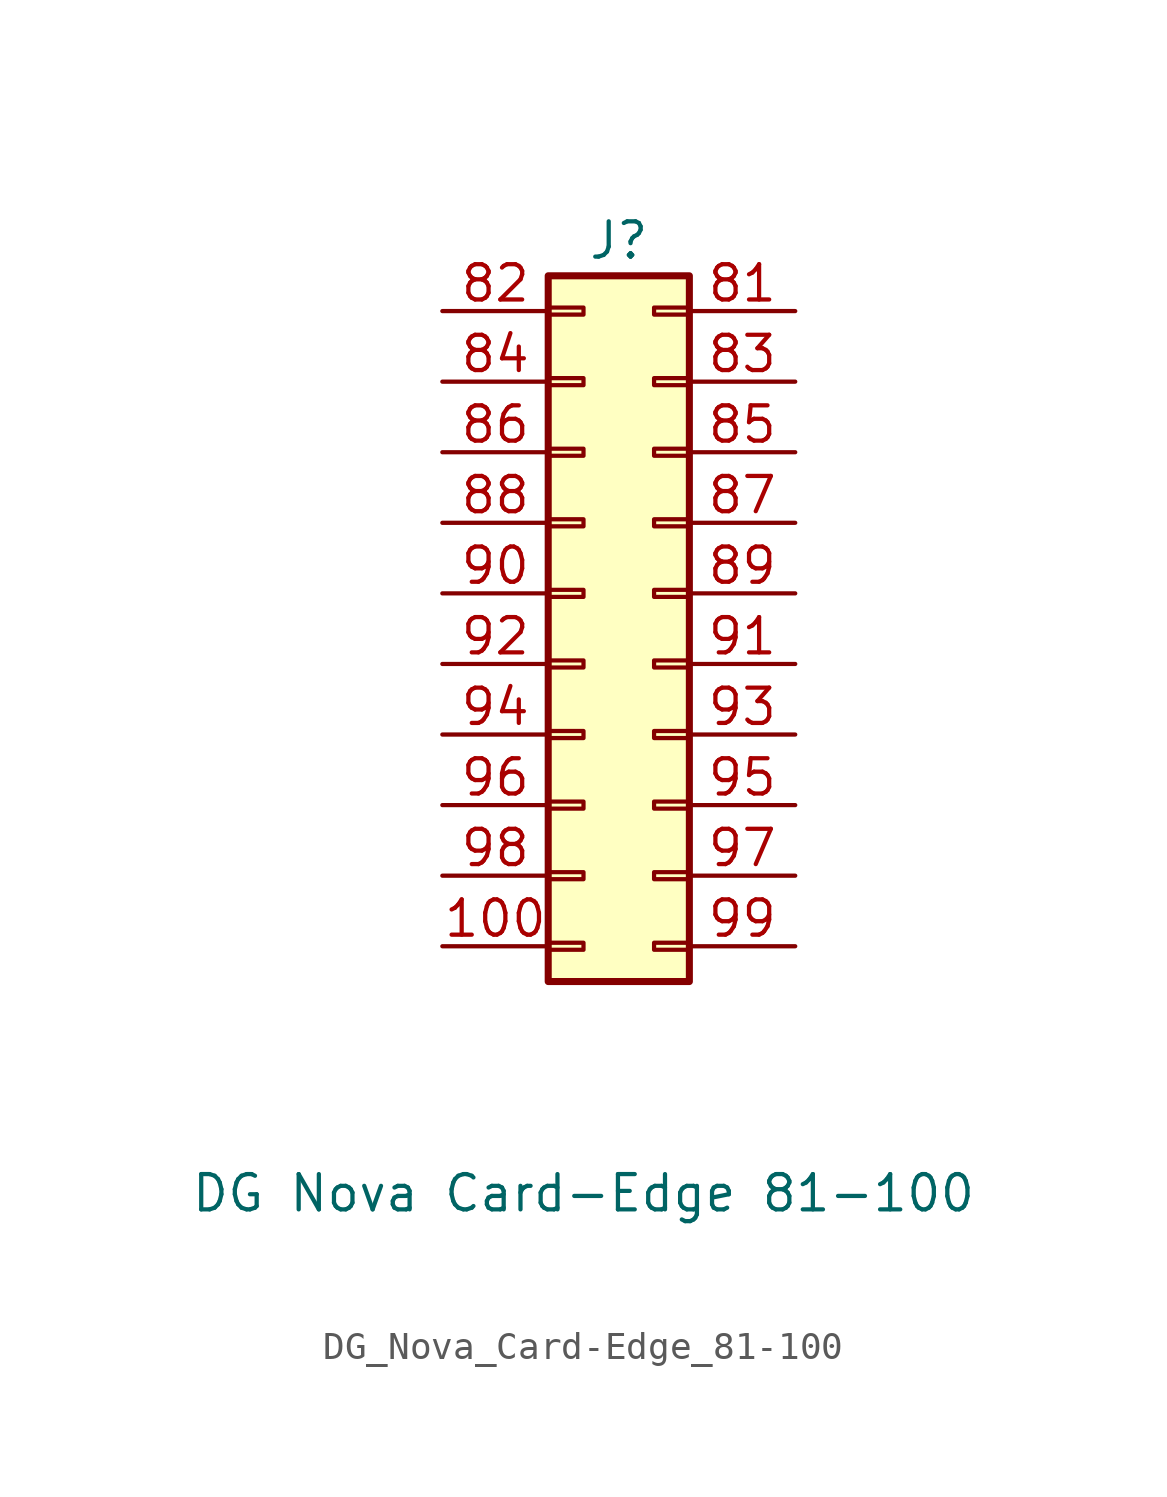
<source format=kicad_sym>
(kicad_symbol_lib
  (version 20220914)
  (generator kicad_symbol_editor)
  (symbol "DG_Nova_Card-Edge_81-100"
    (pin_names
      (offset 1.016) hide)
    (property "Reference" "J"
      (at 1.27 12.7 0)
      (effects (font (size 1.27 1.27))))
    (property "Value" "DG Nova Card-Edge 81-100"
      (at 0 -21.59 0)
      (effects (font (size 1.27 1.27))))
    (symbol "DG_Nova_Card-Edge_81-100_1_1"
      (rectangle (start -1.27 -12.573) (end 0 -12.827) (stroke (width 0.152) (type default)) (fill (type none)))
      (rectangle (start -1.27 -10.033) (end 0 -10.287) (stroke (width 0.152) (type default)) (fill (type none)))
      (rectangle (start -1.27 -7.493) (end 0 -7.747) (stroke (width 0.152) (type default)) (fill (type none)))
      (rectangle (start -1.27 -4.953) (end 0 -5.207) (stroke (width 0.152) (type default)) (fill (type none)))
      (rectangle (start -1.27 -2.413) (end 0 -2.667) (stroke (width 0.152) (type default)) (fill (type none)))
      (rectangle (start -1.27 0.127) (end 0 -0.127) (stroke (width 0.152) (type default)) (fill (type none)))
      (rectangle (start -1.27 2.667) (end 0 2.413) (stroke (width 0.152) (type default)) (fill (type none)))
      (rectangle (start -1.27 5.207) (end 0 4.953) (stroke (width 0.152) (type default)) (fill (type none)))
      (rectangle (start -1.27 7.747) (end 0 7.493) (stroke (width 0.152) (type default)) (fill (type none)))
      (rectangle (start -1.27 10.287) (end 0 10.033) (stroke (width 0.152) (type default)) (fill (type none)))
      (rectangle (start -1.27 11.43) (end 3.81 -13.97) (stroke (width 0.254) (type default)) (fill (type background)))
      (rectangle (start 3.81 -12.573) (end 2.54 -12.827) (stroke (width 0.152) (type default)) (fill (type none)))
      (rectangle (start 3.81 -10.033) (end 2.54 -10.287) (stroke (width 0.152) (type default)) (fill (type none)))
      (rectangle (start 3.81 -7.493) (end 2.54 -7.747) (stroke (width 0.152) (type default)) (fill (type none)))
      (rectangle (start 3.81 -4.953) (end 2.54 -5.207) (stroke (width 0.152) (type default)) (fill (type none)))
      (rectangle (start 3.81 -2.413) (end 2.54 -2.667) (stroke (width 0.152) (type default)) (fill (type none)))
      (rectangle (start 3.81 0.127) (end 2.54 -0.127) (stroke (width 0.152) (type default)) (fill (type none)))
      (rectangle (start 3.81 2.667) (end 2.54 2.413) (stroke (width 0.152) (type default)) (fill (type none)))
      (rectangle (start 3.81 5.207) (end 2.54 4.953) (stroke (width 0.152) (type default)) (fill (type none)))
      (rectangle (start 3.81 7.747) (end 2.54 7.493) (stroke (width 0.152) (type default)) (fill (type none)))
      (rectangle (start 3.81 10.287) (end 2.54 10.033) (stroke (width 0.152) (type default)) (fill (type none)))
      (pin passive line (at -5.08 -12.7 0) (length 3.81) (name "Pin_19" (effects (font (size 1.27 1.27)))) (number "100" (effects (font (size 1.27 1.27)))))
      (pin passive line (at 7.62 10.16 180) (length 3.81) (name "Pin_2" (effects (font (size 1.27 1.27)))) (number "81" (effects (font (size 1.27 1.27)))))
      (pin passive line (at -5.08 10.16 0) (length 3.81) (name "Pin_1" (effects (font (size 1.27 1.27)))) (number "82" (effects (font (size 1.27 1.27)))))
      (pin passive line (at 7.62 7.62 180) (length 3.81) (name "Pin_4" (effects (font (size 1.27 1.27)))) (number "83" (effects (font (size 1.27 1.27)))))
      (pin passive line (at -5.08 7.62 0) (length 3.81) (name "Pin_3" (effects (font (size 1.27 1.27)))) (number "84" (effects (font (size 1.27 1.27)))))
      (pin passive line (at 7.62 5.08 180) (length 3.81) (name "Pin_6" (effects (font (size 1.27 1.27)))) (number "85" (effects (font (size 1.27 1.27)))))
      (pin passive line (at -5.08 5.08 0) (length 3.81) (name "Pin_5" (effects (font (size 1.27 1.27)))) (number "86" (effects (font (size 1.27 1.27)))))
      (pin passive line (at 7.62 2.54 180) (length 3.81) (name "Pin_8" (effects (font (size 1.27 1.27)))) (number "87" (effects (font (size 1.27 1.27)))))
      (pin passive line (at -5.08 2.54 0) (length 3.81) (name "Pin_7" (effects (font (size 1.27 1.27)))) (number "88" (effects (font (size 1.27 1.27)))))
      (pin passive line (at 7.62 0 180) (length 3.81) (name "Pin_10" (effects (font (size 1.27 1.27)))) (number "89" (effects (font (size 1.27 1.27)))))
      (pin passive line (at -5.08 0 0) (length 3.81) (name "Pin_9" (effects (font (size 1.27 1.27)))) (number "90" (effects (font (size 1.27 1.27)))))
      (pin passive line (at 7.62 -2.54 180) (length 3.81) (name "Pin_12" (effects (font (size 1.27 1.27)))) (number "91" (effects (font (size 1.27 1.27)))))
      (pin passive line (at -5.08 -2.54 0) (length 3.81) (name "Pin_11" (effects (font (size 1.27 1.27)))) (number "92" (effects (font (size 1.27 1.27)))))
      (pin passive line (at 7.62 -5.08 180) (length 3.81) (name "Pin_14" (effects (font (size 1.27 1.27)))) (number "93" (effects (font (size 1.27 1.27)))))
      (pin passive line (at -5.08 -5.08 0) (length 3.81) (name "Pin_13" (effects (font (size 1.27 1.27)))) (number "94" (effects (font (size 1.27 1.27)))))
      (pin passive line (at 7.62 -7.62 180) (length 3.81) (name "Pin_16" (effects (font (size 1.27 1.27)))) (number "95" (effects (font (size 1.27 1.27)))))
      (pin passive line (at -5.08 -7.62 0) (length 3.81) (name "Pin_15" (effects (font (size 1.27 1.27)))) (number "96" (effects (font (size 1.27 1.27)))))
      (pin passive line (at 7.62 -10.16 180) (length 3.81) (name "Pin_18" (effects (font (size 1.27 1.27)))) (number "97" (effects (font (size 1.27 1.27)))))
      (pin passive line (at -5.08 -10.16 0) (length 3.81) (name "Pin_17" (effects (font (size 1.27 1.27)))) (number "98" (effects (font (size 1.27 1.27)))))
      (pin passive line (at 7.62 -12.7 180) (length 3.81) (name "Pin_20" (effects (font (size 1.27 1.27)))) (number "99" (effects (font (size 1.27 1.27))))))))
</source>
